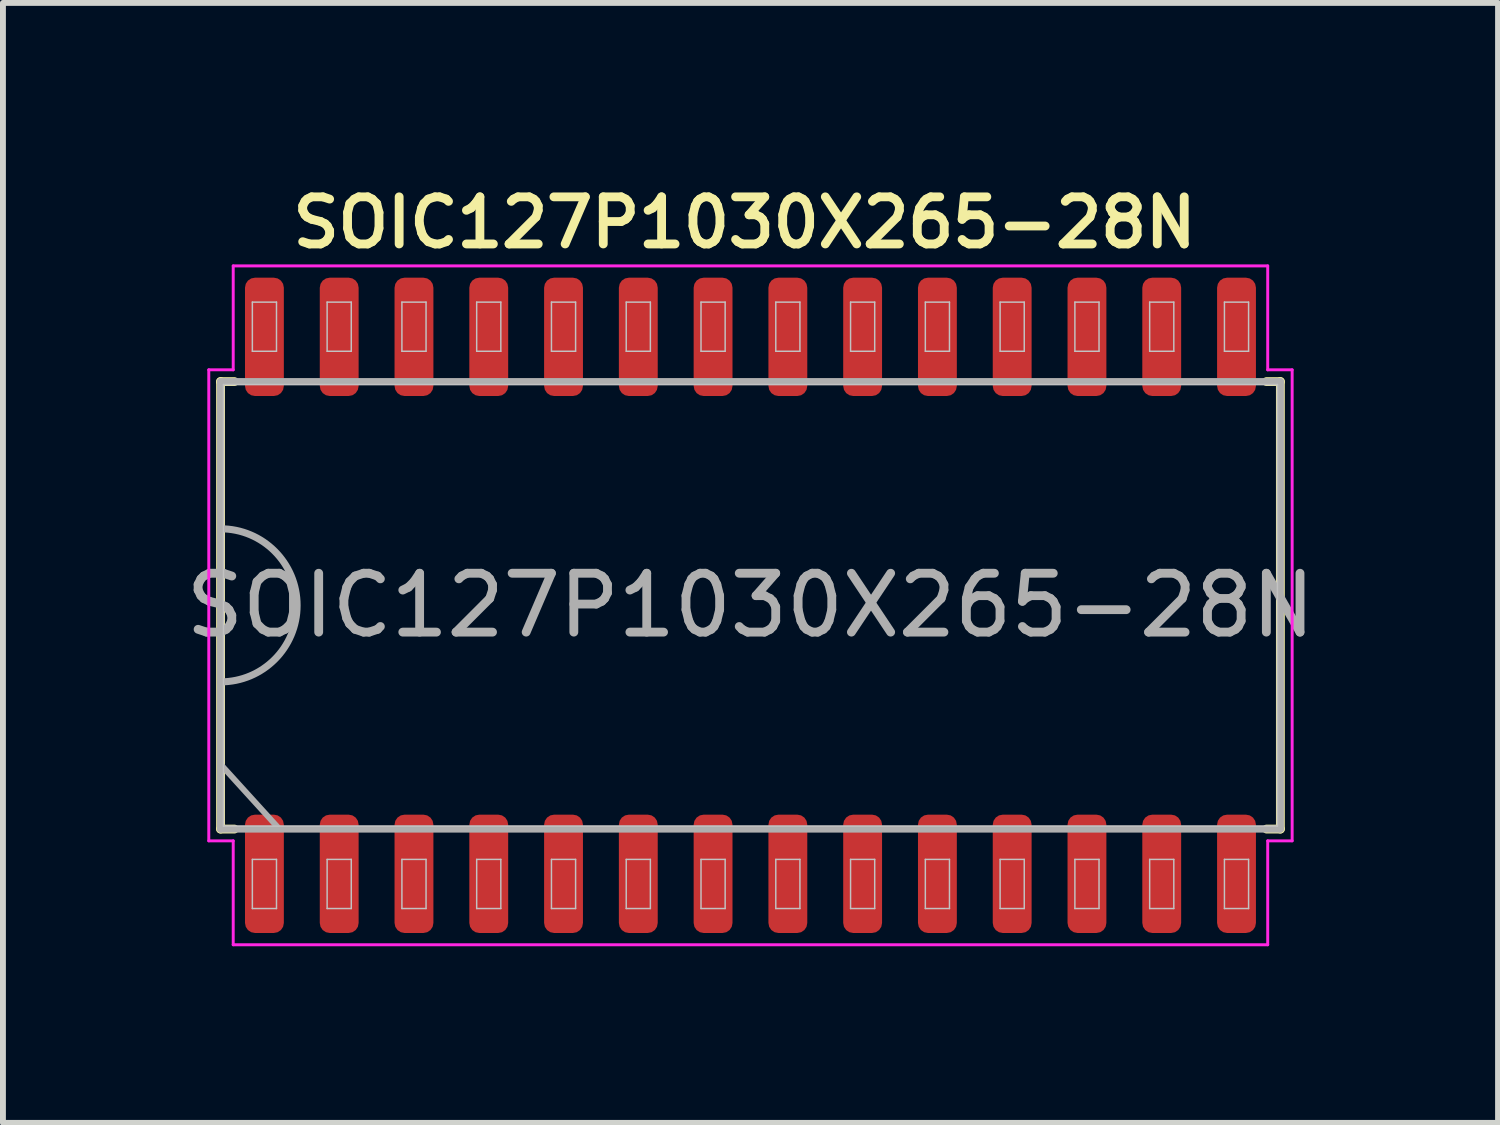
<source format=kicad_pcb>
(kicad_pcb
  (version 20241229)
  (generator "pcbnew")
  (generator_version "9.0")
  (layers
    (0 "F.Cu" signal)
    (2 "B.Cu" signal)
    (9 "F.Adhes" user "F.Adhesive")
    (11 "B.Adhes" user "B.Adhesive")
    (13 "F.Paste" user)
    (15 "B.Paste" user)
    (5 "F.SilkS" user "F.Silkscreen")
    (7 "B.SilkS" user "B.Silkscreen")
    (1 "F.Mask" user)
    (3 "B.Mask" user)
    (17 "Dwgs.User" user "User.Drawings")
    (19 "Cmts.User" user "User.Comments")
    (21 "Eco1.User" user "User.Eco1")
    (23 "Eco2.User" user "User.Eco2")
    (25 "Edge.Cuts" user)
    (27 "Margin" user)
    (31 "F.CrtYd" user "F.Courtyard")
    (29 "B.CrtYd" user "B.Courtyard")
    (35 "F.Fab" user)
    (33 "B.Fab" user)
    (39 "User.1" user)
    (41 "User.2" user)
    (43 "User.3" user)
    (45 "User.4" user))
  (footprint "SOIC127P1030X265-28N"
    (layer "F.Cu")
    (at 9.696 7.231)
    (property "Reference" "SOIC127P1030X265-28N" (at -0.1 -6.5 0) (layer "F.SilkS") (effects (font (size 0.8 0.8) (thickness 0.15))))
    (attr smd)
    (fp_line (start -9 -3.8) (end -8.765 -3.8) (stroke (width 0.15) (type solid)) (layer "F.SilkS"))
    (fp_line (start -9 3.8) (end -9 -3.8) (stroke (width 0.15) (type solid)) (layer "F.SilkS"))
    (fp_line (start -8.765 3.8) (end -9 3.8) (stroke (width 0.15) (type solid)) (layer "F.SilkS"))
    (fp_line (start 8.765 3.8) (end 9 3.8) (stroke (width 0.15) (type solid)) (layer "F.SilkS"))
    (fp_line (start 9 -3.8) (end 8.765 -3.8) (stroke (width 0.15) (type solid)) (layer "F.SilkS"))
    (fp_line (start 9 3.8) (end 9 -3.8) (stroke (width 0.15) (type solid)) (layer "F.SilkS"))
    (fp_line (start -8.95 -3.75) (end 8.95 -3.75) (stroke (width 0.025) (type solid)) (layer "Dwgs.User"))
    (fp_line (start -8.95 3.75) (end -8.95 -3.75) (stroke (width 0.025) (type solid)) (layer "Dwgs.User"))
    (fp_line (start -8.46 -5.15) (end -8.05 -5.15) (stroke (width 0.025) (type solid)) (layer "Dwgs.User"))
    (fp_line (start -8.46 -4.315) (end -8.46 -5.15) (stroke (width 0.025) (type solid)) (layer "Dwgs.User"))
    (fp_line (start -8.46 4.315) (end -8.05 4.315) (stroke (width 0.025) (type solid)) (layer "Dwgs.User"))
    (fp_line (start -8.46 5.15) (end -8.46 4.315) (stroke (width 0.025) (type solid)) (layer "Dwgs.User"))
    (fp_line (start -8.05 -5.15) (end -8.05 -4.315) (stroke (width 0.025) (type solid)) (layer "Dwgs.User"))
    (fp_line (start -8.05 -4.315) (end -8.46 -4.315) (stroke (width 0.025) (type solid)) (layer "Dwgs.User"))
    (fp_line (start -8.05 4.315) (end -8.05 5.15) (stroke (width 0.025) (type solid)) (layer "Dwgs.User"))
    (fp_line (start -8.05 5.15) (end -8.46 5.15) (stroke (width 0.025) (type solid)) (layer "Dwgs.User"))
    (fp_line (start -7.19 -5.15) (end -6.78 -5.15) (stroke (width 0.025) (type solid)) (layer "Dwgs.User"))
    (fp_line (start -7.19 -4.315) (end -7.19 -5.15) (stroke (width 0.025) (type solid)) (layer "Dwgs.User"))
    (fp_line (start -7.19 4.315) (end -6.78 4.315) (stroke (width 0.025) (type solid)) (layer "Dwgs.User"))
    (fp_line (start -7.19 5.15) (end -7.19 4.315) (stroke (width 0.025) (type solid)) (layer "Dwgs.User"))
    (fp_line (start -6.78 -5.15) (end -6.78 -4.315) (stroke (width 0.025) (type solid)) (layer "Dwgs.User"))
    (fp_line (start -6.78 -4.315) (end -7.19 -4.315) (stroke (width 0.025) (type solid)) (layer "Dwgs.User"))
    (fp_line (start -6.78 4.315) (end -6.78 5.15) (stroke (width 0.025) (type solid)) (layer "Dwgs.User"))
    (fp_line (start -6.78 5.15) (end -7.19 5.15) (stroke (width 0.025) (type solid)) (layer "Dwgs.User"))
    (fp_line (start -5.92 -5.15) (end -5.51 -5.15) (stroke (width 0.025) (type solid)) (layer "Dwgs.User"))
    (fp_line (start -5.92 -4.315) (end -5.92 -5.15) (stroke (width 0.025) (type solid)) (layer "Dwgs.User"))
    (fp_line (start -5.92 4.315) (end -5.51 4.315) (stroke (width 0.025) (type solid)) (layer "Dwgs.User"))
    (fp_line (start -5.92 5.15) (end -5.92 4.315) (stroke (width 0.025) (type solid)) (layer "Dwgs.User"))
    (fp_line (start -5.51 -5.15) (end -5.51 -4.315) (stroke (width 0.025) (type solid)) (layer "Dwgs.User"))
    (fp_line (start -5.51 -4.315) (end -5.92 -4.315) (stroke (width 0.025) (type solid)) (layer "Dwgs.User"))
    (fp_line (start -5.51 4.315) (end -5.51 5.15) (stroke (width 0.025) (type solid)) (layer "Dwgs.User"))
    (fp_line (start -5.51 5.15) (end -5.92 5.15) (stroke (width 0.025) (type solid)) (layer "Dwgs.User"))
    (fp_line (start -4.65 -5.15) (end -4.24 -5.15) (stroke (width 0.025) (type solid)) (layer "Dwgs.User"))
    (fp_line (start -4.65 -4.315) (end -4.65 -5.15) (stroke (width 0.025) (type solid)) (layer "Dwgs.User"))
    (fp_line (start -4.65 4.315) (end -4.24 4.315) (stroke (width 0.025) (type solid)) (layer "Dwgs.User"))
    (fp_line (start -4.65 5.15) (end -4.65 4.315) (stroke (width 0.025) (type solid)) (layer "Dwgs.User"))
    (fp_line (start -4.24 -5.15) (end -4.24 -4.315) (stroke (width 0.025) (type solid)) (layer "Dwgs.User"))
    (fp_line (start -4.24 -4.315) (end -4.65 -4.315) (stroke (width 0.025) (type solid)) (layer "Dwgs.User"))
    (fp_line (start -4.24 4.315) (end -4.24 5.15) (stroke (width 0.025) (type solid)) (layer "Dwgs.User"))
    (fp_line (start -4.24 5.15) (end -4.65 5.15) (stroke (width 0.025) (type solid)) (layer "Dwgs.User"))
    (fp_line (start -3.38 -5.15) (end -2.97 -5.15) (stroke (width 0.025) (type solid)) (layer "Dwgs.User"))
    (fp_line (start -3.38 -4.315) (end -3.38 -5.15) (stroke (width 0.025) (type solid)) (layer "Dwgs.User"))
    (fp_line (start -3.38 4.315) (end -2.97 4.315) (stroke (width 0.025) (type solid)) (layer "Dwgs.User"))
    (fp_line (start -3.38 5.15) (end -3.38 4.315) (stroke (width 0.025) (type solid)) (layer "Dwgs.User"))
    (fp_line (start -2.97 -5.15) (end -2.97 -4.315) (stroke (width 0.025) (type solid)) (layer "Dwgs.User"))
    (fp_line (start -2.97 -4.315) (end -3.38 -4.315) (stroke (width 0.025) (type solid)) (layer "Dwgs.User"))
    (fp_line (start -2.97 4.315) (end -2.97 5.15) (stroke (width 0.025) (type solid)) (layer "Dwgs.User"))
    (fp_line (start -2.97 5.15) (end -3.38 5.15) (stroke (width 0.025) (type solid)) (layer "Dwgs.User"))
    (fp_line (start -2.11 -5.15) (end -1.7 -5.15) (stroke (width 0.025) (type solid)) (layer "Dwgs.User"))
    (fp_line (start -2.11 -4.315) (end -2.11 -5.15) (stroke (width 0.025) (type solid)) (layer "Dwgs.User"))
    (fp_line (start -2.11 4.315) (end -1.7 4.315) (stroke (width 0.025) (type solid)) (layer "Dwgs.User"))
    (fp_line (start -2.11 5.15) (end -2.11 4.315) (stroke (width 0.025) (type solid)) (layer "Dwgs.User"))
    (fp_line (start -1.7 -5.15) (end -1.7 -4.315) (stroke (width 0.025) (type solid)) (layer "Dwgs.User"))
    (fp_line (start -1.7 -4.315) (end -2.11 -4.315) (stroke (width 0.025) (type solid)) (layer "Dwgs.User"))
    (fp_line (start -1.7 4.315) (end -1.7 5.15) (stroke (width 0.025) (type solid)) (layer "Dwgs.User"))
    (fp_line (start -1.7 5.15) (end -2.11 5.15) (stroke (width 0.025) (type solid)) (layer "Dwgs.User"))
    (fp_line (start -0.84 -5.15) (end -0.43 -5.15) (stroke (width 0.025) (type solid)) (layer "Dwgs.User"))
    (fp_line (start -0.84 -4.315) (end -0.84 -5.15) (stroke (width 0.025) (type solid)) (layer "Dwgs.User"))
    (fp_line (start -0.84 4.315) (end -0.43 4.315) (stroke (width 0.025) (type solid)) (layer "Dwgs.User"))
    (fp_line (start -0.84 5.15) (end -0.84 4.315) (stroke (width 0.025) (type solid)) (layer "Dwgs.User"))
    (fp_line (start -0.43 -5.15) (end -0.43 -4.315) (stroke (width 0.025) (type solid)) (layer "Dwgs.User"))
    (fp_line (start -0.43 -4.315) (end -0.84 -4.315) (stroke (width 0.025) (type solid)) (layer "Dwgs.User"))
    (fp_line (start -0.43 4.315) (end -0.43 5.15) (stroke (width 0.025) (type solid)) (layer "Dwgs.User"))
    (fp_line (start -0.43 5.15) (end -0.84 5.15) (stroke (width 0.025) (type solid)) (layer "Dwgs.User"))
    (fp_line (start 0.43 -5.15) (end 0.84 -5.15) (stroke (width 0.025) (type solid)) (layer "Dwgs.User"))
    (fp_line (start 0.43 -4.315) (end 0.43 -5.15) (stroke (width 0.025) (type solid)) (layer "Dwgs.User"))
    (fp_line (start 0.43 4.315) (end 0.84 4.315) (stroke (width 0.025) (type solid)) (layer "Dwgs.User"))
    (fp_line (start 0.43 5.15) (end 0.43 4.315) (stroke (width 0.025) (type solid)) (layer "Dwgs.User"))
    (fp_line (start 0.84 -5.15) (end 0.84 -4.315) (stroke (width 0.025) (type solid)) (layer "Dwgs.User"))
    (fp_line (start 0.84 -4.315) (end 0.43 -4.315) (stroke (width 0.025) (type solid)) (layer "Dwgs.User"))
    (fp_line (start 0.84 4.315) (end 0.84 5.15) (stroke (width 0.025) (type solid)) (layer "Dwgs.User"))
    (fp_line (start 0.84 5.15) (end 0.43 5.15) (stroke (width 0.025) (type solid)) (layer "Dwgs.User"))
    (fp_line (start 1.7 -5.15) (end 2.11 -5.15) (stroke (width 0.025) (type solid)) (layer "Dwgs.User"))
    (fp_line (start 1.7 -4.315) (end 1.7 -5.15) (stroke (width 0.025) (type solid)) (layer "Dwgs.User"))
    (fp_line (start 1.7 4.315) (end 2.11 4.315) (stroke (width 0.025) (type solid)) (layer "Dwgs.User"))
    (fp_line (start 1.7 5.15) (end 1.7 4.315) (stroke (width 0.025) (type solid)) (layer "Dwgs.User"))
    (fp_line (start 2.11 -5.15) (end 2.11 -4.315) (stroke (width 0.025) (type solid)) (layer "Dwgs.User"))
    (fp_line (start 2.11 -4.315) (end 1.7 -4.315) (stroke (width 0.025) (type solid)) (layer "Dwgs.User"))
    (fp_line (start 2.11 4.315) (end 2.11 5.15) (stroke (width 0.025) (type solid)) (layer "Dwgs.User"))
    (fp_line (start 2.11 5.15) (end 1.7 5.15) (stroke (width 0.025) (type solid)) (layer "Dwgs.User"))
    (fp_line (start 2.97 -5.15) (end 3.38 -5.15) (stroke (width 0.025) (type solid)) (layer "Dwgs.User"))
    (fp_line (start 2.97 -4.315) (end 2.97 -5.15) (stroke (width 0.025) (type solid)) (layer "Dwgs.User"))
    (fp_line (start 2.97 4.315) (end 3.38 4.315) (stroke (width 0.025) (type solid)) (layer "Dwgs.User"))
    (fp_line (start 2.97 5.15) (end 2.97 4.315) (stroke (width 0.025) (type solid)) (layer "Dwgs.User"))
    (fp_line (start 3.38 -5.15) (end 3.38 -4.315) (stroke (width 0.025) (type solid)) (layer "Dwgs.User"))
    (fp_line (start 3.38 -4.315) (end 2.97 -4.315) (stroke (width 0.025) (type solid)) (layer "Dwgs.User"))
    (fp_line (start 3.38 4.315) (end 3.38 5.15) (stroke (width 0.025) (type solid)) (layer "Dwgs.User"))
    (fp_line (start 3.38 5.15) (end 2.97 5.15) (stroke (width 0.025) (type solid)) (layer "Dwgs.User"))
    (fp_line (start 4.24 -5.15) (end 4.65 -5.15) (stroke (width 0.025) (type solid)) (layer "Dwgs.User"))
    (fp_line (start 4.24 -4.315) (end 4.24 -5.15) (stroke (width 0.025) (type solid)) (layer "Dwgs.User"))
    (fp_line (start 4.24 4.315) (end 4.65 4.315) (stroke (width 0.025) (type solid)) (layer "Dwgs.User"))
    (fp_line (start 4.24 5.15) (end 4.24 4.315) (stroke (width 0.025) (type solid)) (layer "Dwgs.User"))
    (fp_line (start 4.65 -5.15) (end 4.65 -4.315) (stroke (width 0.025) (type solid)) (layer "Dwgs.User"))
    (fp_line (start 4.65 -4.315) (end 4.24 -4.315) (stroke (width 0.025) (type solid)) (layer "Dwgs.User"))
    (fp_line (start 4.65 4.315) (end 4.65 5.15) (stroke (width 0.025) (type solid)) (layer "Dwgs.User"))
    (fp_line (start 4.65 5.15) (end 4.24 5.15) (stroke (width 0.025) (type solid)) (layer "Dwgs.User"))
    (fp_line (start 5.51 -5.15) (end 5.92 -5.15) (stroke (width 0.025) (type solid)) (layer "Dwgs.User"))
    (fp_line (start 5.51 -4.315) (end 5.51 -5.15) (stroke (width 0.025) (type solid)) (layer "Dwgs.User"))
    (fp_line (start 5.51 4.315) (end 5.92 4.315) (stroke (width 0.025) (type solid)) (layer "Dwgs.User"))
    (fp_line (start 5.51 5.15) (end 5.51 4.315) (stroke (width 0.025) (type solid)) (layer "Dwgs.User"))
    (fp_line (start 5.92 -5.15) (end 5.92 -4.315) (stroke (width 0.025) (type solid)) (layer "Dwgs.User"))
    (fp_line (start 5.92 -4.315) (end 5.51 -4.315) (stroke (width 0.025) (type solid)) (layer "Dwgs.User"))
    (fp_line (start 5.92 4.315) (end 5.92 5.15) (stroke (width 0.025) (type solid)) (layer "Dwgs.User"))
    (fp_line (start 5.92 5.15) (end 5.51 5.15) (stroke (width 0.025) (type solid)) (layer "Dwgs.User"))
    (fp_line (start 6.78 -5.15) (end 7.19 -5.15) (stroke (width 0.025) (type solid)) (layer "Dwgs.User"))
    (fp_line (start 6.78 -4.315) (end 6.78 -5.15) (stroke (width 0.025) (type solid)) (layer "Dwgs.User"))
    (fp_line (start 6.78 4.315) (end 7.19 4.315) (stroke (width 0.025) (type solid)) (layer "Dwgs.User"))
    (fp_line (start 6.78 5.15) (end 6.78 4.315) (stroke (width 0.025) (type solid)) (layer "Dwgs.User"))
    (fp_line (start 7.19 -5.15) (end 7.19 -4.315) (stroke (width 0.025) (type solid)) (layer "Dwgs.User"))
    (fp_line (start 7.19 -4.315) (end 6.78 -4.315) (stroke (width 0.025) (type solid)) (layer "Dwgs.User"))
    (fp_line (start 7.19 4.315) (end 7.19 5.15) (stroke (width 0.025) (type solid)) (layer "Dwgs.User"))
    (fp_line (start 7.19 5.15) (end 6.78 5.15) (stroke (width 0.025) (type solid)) (layer "Dwgs.User"))
    (fp_line (start 8.05 -5.15) (end 8.46 -5.15) (stroke (width 0.025) (type solid)) (layer "Dwgs.User"))
    (fp_line (start 8.05 -4.315) (end 8.05 -5.15) (stroke (width 0.025) (type solid)) (layer "Dwgs.User"))
    (fp_line (start 8.05 4.315) (end 8.46 4.315) (stroke (width 0.025) (type solid)) (layer "Dwgs.User"))
    (fp_line (start 8.05 5.15) (end 8.05 4.315) (stroke (width 0.025) (type solid)) (layer "Dwgs.User"))
    (fp_line (start 8.46 -5.15) (end 8.46 -4.315) (stroke (width 0.025) (type solid)) (layer "Dwgs.User"))
    (fp_line (start 8.46 -4.315) (end 8.05 -4.315) (stroke (width 0.025) (type solid)) (layer "Dwgs.User"))
    (fp_line (start 8.46 4.315) (end 8.46 5.15) (stroke (width 0.025) (type solid)) (layer "Dwgs.User"))
    (fp_line (start 8.46 5.15) (end 8.05 5.15) (stroke (width 0.025) (type solid)) (layer "Dwgs.User"))
    (fp_line (start 8.95 -3.75) (end 8.95 3.75) (stroke (width 0.025) (type solid)) (layer "Dwgs.User"))
    (fp_line (start 8.95 3.75) (end -8.95 3.75) (stroke (width 0.025) (type solid)) (layer "Dwgs.User"))
    (fp_line (start -9.2 -4) (end -9.2 4) (stroke (width 0.05) (type solid)) (layer "F.CrtYd"))
    (fp_line (start -9.2 4) (end -8.785 4) (stroke (width 0.05) (type solid)) (layer "F.CrtYd"))
    (fp_line (start -8.785 -5.765) (end -8.785 -4) (stroke (width 0.05) (type solid)) (layer "F.CrtYd"))
    (fp_line (start -8.785 -4) (end -9.2 -4) (stroke (width 0.05) (type solid)) (layer "F.CrtYd"))
    (fp_line (start -8.785 4) (end -8.785 5.765) (stroke (width 0.05) (type solid)) (layer "F.CrtYd"))
    (fp_line (start -8.785 5.765) (end 8.785 5.765) (stroke (width 0.05) (type solid)) (layer "F.CrtYd"))
    (fp_line (start 8.785 -5.765) (end -8.785 -5.765) (stroke (width 0.05) (type solid)) (layer "F.CrtYd"))
    (fp_line (start 8.785 -4) (end 8.785 -5.765) (stroke (width 0.05) (type solid)) (layer "F.CrtYd"))
    (fp_line (start 8.785 4) (end 9.2 4) (stroke (width 0.05) (type solid)) (layer "F.CrtYd"))
    (fp_line (start 8.785 5.765) (end 8.785 4) (stroke (width 0.05) (type solid)) (layer "F.CrtYd"))
    (fp_line (start 9.2 -4) (end 8.785 -4) (stroke (width 0.05) (type solid)) (layer "F.CrtYd"))
    (fp_line (start 9.2 4) (end 9.2 -4) (stroke (width 0.05) (type solid)) (layer "F.CrtYd"))
    (fp_line (start -9 -3.8) (end 9 -3.8) (stroke (width 0.12) (type solid)) (layer "F.Fab"))
    (fp_line (start -9 3.8) (end -9 -3.8) (stroke (width 0.12) (type solid)) (layer "F.Fab"))
    (fp_line (start 9 -3.8) (end 9 3.8) (stroke (width 0.12) (type solid)) (layer "F.Fab"))
    (fp_line (start 9 3.8) (end -9 3.8) (stroke (width 0.12) (type solid)) (layer "F.Fab"))
    (fp_arc (start -9 -1.3) (mid -7.7 0) (end -9 1.3) (stroke (width 0.12) (type solid)) (layer "F.Fab"))
    (fp_poly (pts (xy -8 3.8) (xy -9 3.8) (xy -9 2.7)) (stroke (width 0.1) (type solid)) (fill no) (layer "F.Fab"))
    (fp_text user "${REFERENCE}" (at 0 0 0) (layer "F.Fab") (effects (font (size 1 1) (thickness 0.15))))
    (pad "1" smd roundrect (at -8.255 4.56 90) (size 2.01 0.66) (layers "F.Cu" "F.Mask" "F.Paste") (roundrect_rratio 0.258))
    (pad "2" smd roundrect (at -6.985 4.56 90) (size 2.01 0.66) (layers "F.Cu" "F.Mask" "F.Paste") (roundrect_rratio 0.258))
    (pad "3" smd roundrect (at -5.715 4.56 90) (size 2.01 0.66) (layers "F.Cu" "F.Mask" "F.Paste") (roundrect_rratio 0.258))
    (pad "4" smd roundrect (at -4.445 4.56 90) (size 2.01 0.66) (layers "F.Cu" "F.Mask" "F.Paste") (roundrect_rratio 0.258))
    (pad "5" smd roundrect (at -3.175 4.56 90) (size 2.01 0.66) (layers "F.Cu" "F.Mask" "F.Paste") (roundrect_rratio 0.258))
    (pad "6" smd roundrect (at -1.905 4.56 90) (size 2.01 0.66) (layers "F.Cu" "F.Mask" "F.Paste") (roundrect_rratio 0.258))
    (pad "7" smd roundrect (at -0.635 4.56 90) (size 2.01 0.66) (layers "F.Cu" "F.Mask" "F.Paste") (roundrect_rratio 0.258))
    (pad "8" smd roundrect (at 0.635 4.56 90) (size 2.01 0.66) (layers "F.Cu" "F.Mask" "F.Paste") (roundrect_rratio 0.258))
    (pad "9" smd roundrect (at 1.905 4.56 90) (size 2.01 0.66) (layers "F.Cu" "F.Mask" "F.Paste") (roundrect_rratio 0.258))
    (pad "10" smd roundrect (at 3.175 4.56 90) (size 2.01 0.66) (layers "F.Cu" "F.Mask" "F.Paste") (roundrect_rratio 0.258))
    (pad "11" smd roundrect (at 4.445 4.56 90) (size 2.01 0.66) (layers "F.Cu" "F.Mask" "F.Paste") (roundrect_rratio 0.258))
    (pad "12" smd roundrect (at 5.715 4.56 90) (size 2.01 0.66) (layers "F.Cu" "F.Mask" "F.Paste") (roundrect_rratio 0.258))
    (pad "13" smd roundrect (at 6.985 4.56 90) (size 2.01 0.66) (layers "F.Cu" "F.Mask" "F.Paste") (roundrect_rratio 0.258))
    (pad "14" smd roundrect (at 8.255 4.56 90) (size 2.01 0.66) (layers "F.Cu" "F.Mask" "F.Paste") (roundrect_rratio 0.258))
    (pad "15" smd roundrect (at 8.255 -4.56 90) (size 2.01 0.66) (layers "F.Cu" "F.Mask" "F.Paste") (roundrect_rratio 0.258))
    (pad "16" smd roundrect (at 6.985 -4.56 90) (size 2.01 0.66) (layers "F.Cu" "F.Mask" "F.Paste") (roundrect_rratio 0.258))
    (pad "17" smd roundrect (at 5.715 -4.56 90) (size 2.01 0.66) (layers "F.Cu" "F.Mask" "F.Paste") (roundrect_rratio 0.258))
    (pad "18" smd roundrect (at 4.445 -4.56 90) (size 2.01 0.66) (layers "F.Cu" "F.Mask" "F.Paste") (roundrect_rratio 0.258))
    (pad "19" smd roundrect (at 3.175 -4.56 90) (size 2.01 0.66) (layers "F.Cu" "F.Mask" "F.Paste") (roundrect_rratio 0.258))
    (pad "20" smd roundrect (at 1.905 -4.56 90) (size 2.01 0.66) (layers "F.Cu" "F.Mask" "F.Paste") (roundrect_rratio 0.258))
    (pad "21" smd roundrect (at 0.635 -4.56 90) (size 2.01 0.66) (layers "F.Cu" "F.Mask" "F.Paste") (roundrect_rratio 0.258))
    (pad "22" smd roundrect (at -0.635 -4.56 90) (size 2.01 0.66) (layers "F.Cu" "F.Mask" "F.Paste") (roundrect_rratio 0.258))
    (pad "23" smd roundrect (at -1.905 -4.56 90) (size 2.01 0.66) (layers "F.Cu" "F.Mask" "F.Paste") (roundrect_rratio 0.258))
    (pad "24" smd roundrect (at -3.175 -4.56 90) (size 2.01 0.66) (layers "F.Cu" "F.Mask" "F.Paste") (roundrect_rratio 0.258))
    (pad "25" smd roundrect (at -4.445 -4.56 90) (size 2.01 0.66) (layers "F.Cu" "F.Mask" "F.Paste") (roundrect_rratio 0.258))
    (pad "26" smd roundrect (at -5.715 -4.56 90) (size 2.01 0.66) (layers "F.Cu" "F.Mask" "F.Paste") (roundrect_rratio 0.258))
    (pad "27" smd roundrect (at -6.985 -4.56 90) (size 2.01 0.66) (layers "F.Cu" "F.Mask" "F.Paste") (roundrect_rratio 0.258))
    (pad "28" smd roundrect (at -8.255 -4.56 90) (size 2.01 0.66) (layers "F.Cu" "F.Mask" "F.Paste") (roundrect_rratio 0.258)))
  (gr_rect
    (start -3 -3)
    (end 22.393 16.021)
    (stroke (width 0.1) (type default))
    (fill no)
    (layer "Edge.Cuts")))
</source>
